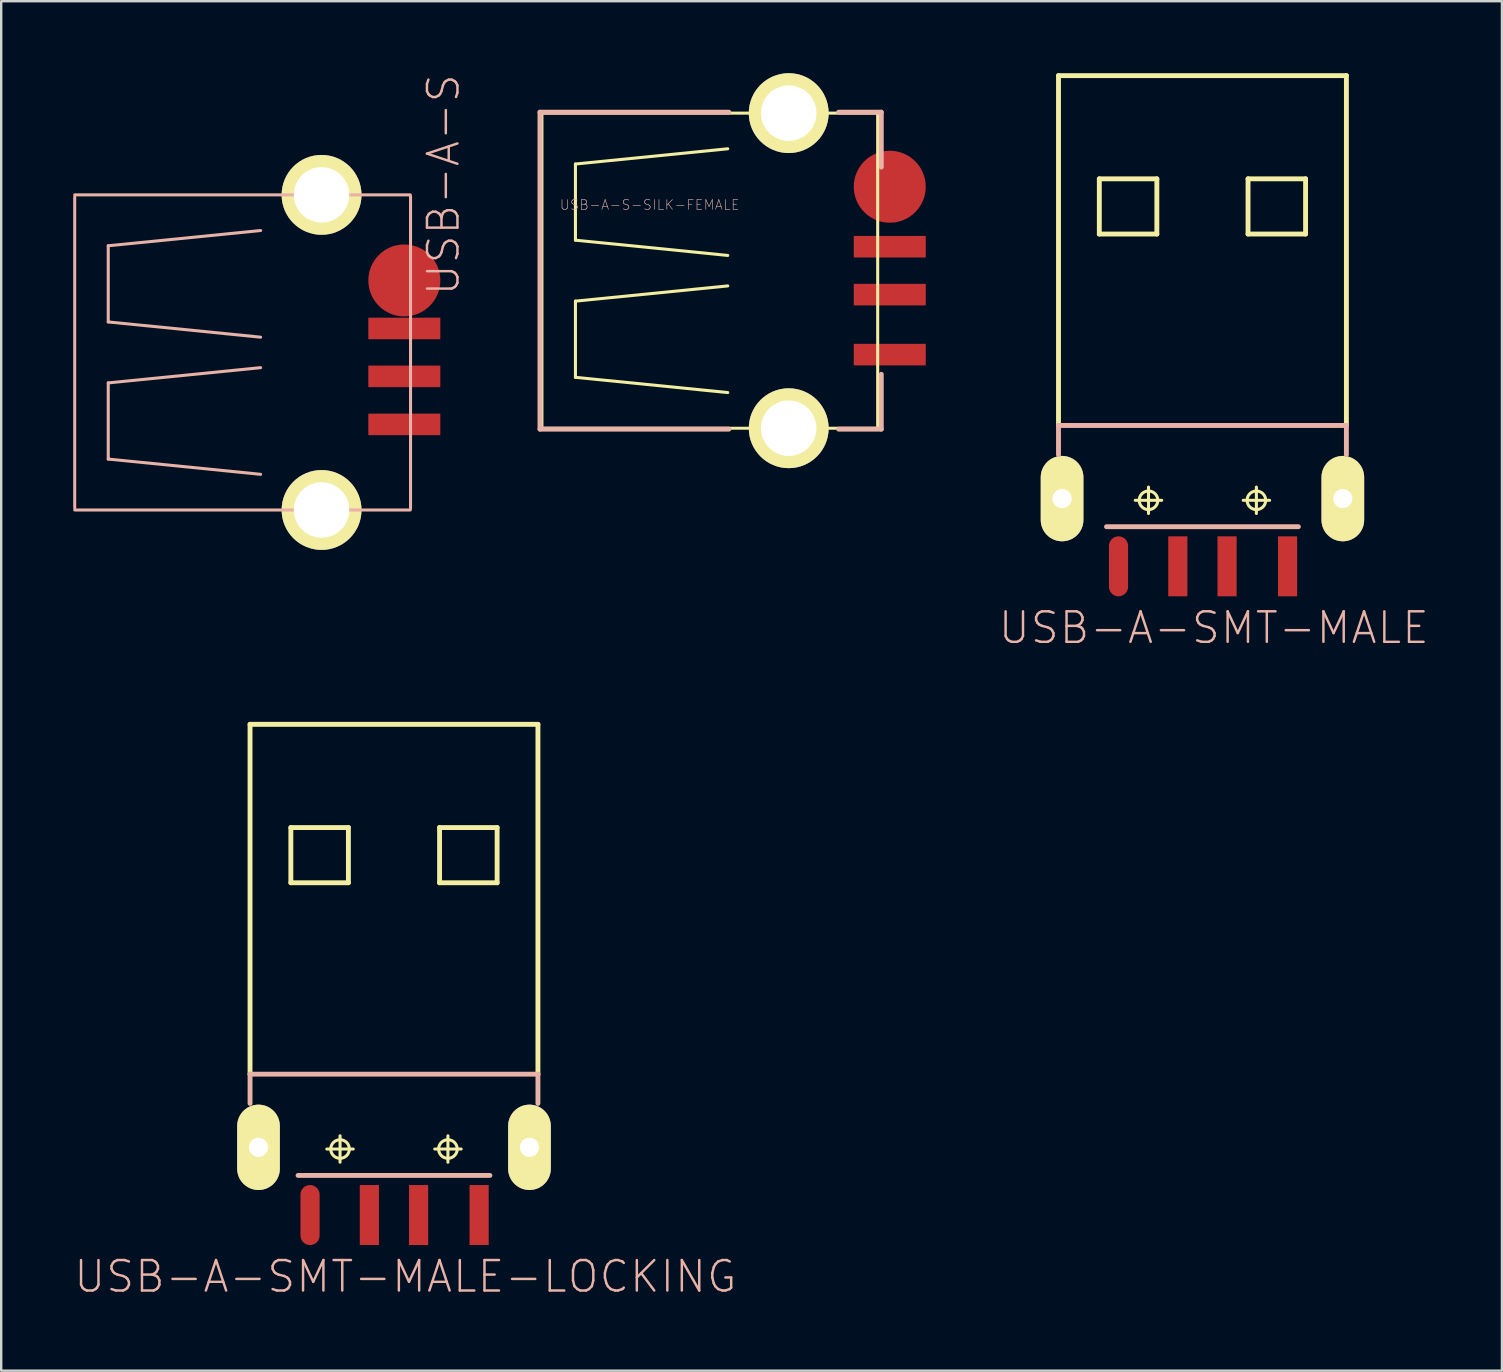
<source format=kicad_pcb>
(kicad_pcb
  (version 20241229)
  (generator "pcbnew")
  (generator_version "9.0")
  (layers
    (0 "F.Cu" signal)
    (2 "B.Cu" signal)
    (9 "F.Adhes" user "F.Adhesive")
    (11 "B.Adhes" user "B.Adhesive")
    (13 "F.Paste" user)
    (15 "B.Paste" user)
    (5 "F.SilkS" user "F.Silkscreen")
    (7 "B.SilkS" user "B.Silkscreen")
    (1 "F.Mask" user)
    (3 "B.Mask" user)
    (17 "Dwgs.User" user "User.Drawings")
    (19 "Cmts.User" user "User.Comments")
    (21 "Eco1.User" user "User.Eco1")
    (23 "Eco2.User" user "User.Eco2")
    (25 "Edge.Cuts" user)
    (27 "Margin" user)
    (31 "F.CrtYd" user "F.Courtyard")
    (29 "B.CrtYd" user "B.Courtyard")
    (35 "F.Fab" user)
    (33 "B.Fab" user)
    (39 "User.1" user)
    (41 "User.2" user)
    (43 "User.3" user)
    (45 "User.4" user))
  (footprint "USB-A-S"
    (layer "F.Cu")
    (at 10.351 11.637)
    (property "Reference" "USB-A-S" (at 5.08 -6.985 90) (layer "B.SilkS") (effects (font (size 1.27 1.27) (thickness 0.102))))
    (attr smd)
    (fp_line (start -10.287 -6.477) (end -10.287 6.477) (stroke (width 0.127) (type solid)) (layer "B.SilkS"))
    (fp_line (start -8.89 -4.445) (end -8.89 -1.27) (stroke (width 0.127) (type solid)) (layer "B.SilkS"))
    (fp_line (start -8.89 -1.27) (end -2.54 -0.635) (stroke (width 0.127) (type solid)) (layer "B.SilkS"))
    (fp_line (start -8.89 1.27) (end -2.54 0.635) (stroke (width 0.127) (type solid)) (layer "B.SilkS"))
    (fp_line (start -8.89 4.445) (end -8.89 1.27) (stroke (width 0.127) (type solid)) (layer "B.SilkS"))
    (fp_line (start -2.54 -5.08) (end -8.89 -4.445) (stroke (width 0.127) (type solid)) (layer "B.SilkS"))
    (fp_line (start -2.54 5.08) (end -8.89 4.445) (stroke (width 0.127) (type solid)) (layer "B.SilkS"))
    (fp_line (start 3.696 -6.566) (end -10.287 -6.566) (stroke (width 0.127) (type solid)) (layer "B.SilkS"))
    (fp_line (start 3.696 6.566) (end -10.287 6.566) (stroke (width 0.127) (type solid)) (layer "B.SilkS"))
    (fp_line (start 3.708 -6.502) (end 3.708 6.502) (stroke (width 0.127) (type solid)) (layer "B.SilkS"))
    (pad "D+" smd rect (at 3.449 0.998) (size 3 0.899) (layers "F.Cu" "F.Mask" "F.Paste"))
    (pad "D-" smd rect (at 3.449 -0.998) (size 3 0.899) (layers "F.Cu" "F.Mask" "F.Paste"))
    (pad "GND" smd rect (at 3.449 3) (size 3 0.899) (layers "F.Cu" "F.Mask" "F.Paste"))
    (pad "P$5" thru_hole circle (at 0 6.566) (size 3.327 3.327) (drill 2.311) (layers "*.Cu" "F.Mask" "F.SilkS" "F.Paste"))
    (pad "P$6" thru_hole circle (at 0 -6.566) (size 3.327 3.327) (drill 2.311) (layers "*.Cu" "F.Mask" "F.SilkS" "F.Paste"))
    (pad "VBUS" smd circle (at 3.449 -3) (size 3 3) (layers "F.Cu" "F.Mask" "F.Paste")))
  (footprint "USB-A-S-SILK-FEMALE"
    (layer "F.Cu")
    (at 26.819 8.23)
    (property "Reference" "USB-A-S-SILK-FEMALE" (at -2.794 -2.743 0) (layer "B.SilkS") (effects (font (size 0.406 0.406) (thickness 0.025))))
    (attr smd)
    (fp_line (start -7.285 -6.477) (end -7.285 6.477) (stroke (width 0.127) (type solid)) (layer "F.SilkS"))
    (fp_line (start -5.888 -4.445) (end -5.888 -1.27) (stroke (width 0.127) (type solid)) (layer "F.SilkS"))
    (fp_line (start -5.888 -1.27) (end 0.46 -0.635) (stroke (width 0.127) (type solid)) (layer "F.SilkS"))
    (fp_line (start -5.888 1.27) (end 0.46 0.635) (stroke (width 0.127) (type solid)) (layer "F.SilkS"))
    (fp_line (start -5.888 4.445) (end -5.888 1.27) (stroke (width 0.127) (type solid)) (layer "F.SilkS"))
    (fp_line (start 0.46 -5.08) (end -5.888 -4.445) (stroke (width 0.127) (type solid)) (layer "F.SilkS"))
    (fp_line (start 0.46 5.08) (end -5.888 4.445) (stroke (width 0.127) (type solid)) (layer "F.SilkS"))
    (fp_line (start 6.695 -6.566) (end -7.285 -6.566) (stroke (width 0.127) (type solid)) (layer "F.SilkS"))
    (fp_line (start 6.695 6.566) (end -7.285 6.566) (stroke (width 0.127) (type solid)) (layer "F.SilkS"))
    (fp_line (start 6.708 -6.502) (end 6.708 6.502) (stroke (width 0.127) (type solid)) (layer "F.SilkS"))
    (fp_line (start -7.366 -6.604) (end -7.366 6.604) (stroke (width 0.203) (type solid)) (layer "B.SilkS"))
    (fp_line (start -7.366 -6.604) (end 0.508 -6.604) (stroke (width 0.203) (type solid)) (layer "B.SilkS"))
    (fp_line (start -7.366 6.604) (end 0.508 6.604) (stroke (width 0.203) (type solid)) (layer "B.SilkS"))
    (fp_line (start 5.08 6.604) (end 6.858 6.604) (stroke (width 0.203) (type solid)) (layer "B.SilkS"))
    (fp_line (start 6.858 -6.604) (end 5.08 -6.604) (stroke (width 0.203) (type solid)) (layer "B.SilkS"))
    (fp_line (start 6.858 -4.318) (end 6.858 -6.604) (stroke (width 0.203) (type solid)) (layer "B.SilkS"))
    (fp_line (start 6.858 6.604) (end 6.858 4.318) (stroke (width 0.203) (type solid)) (layer "B.SilkS"))
    (pad "D+" smd rect (at 7.211 0.998) (size 3 0.899) (layers "F.Cu" "F.Mask" "F.Paste"))
    (pad "D-" smd rect (at 7.211 -0.998) (size 3 0.899) (layers "F.Cu" "F.Mask" "F.Paste"))
    (pad "GND" smd rect (at 7.211 3.498) (size 3 0.899) (layers "F.Cu" "F.Mask" "F.Paste"))
    (pad "P$5" thru_hole circle (at 3 6.566) (size 3.327 3.327) (drill 2.311) (layers "*.Cu" "F.Mask" "F.SilkS" "F.Paste"))
    (pad "P$6" thru_hole circle (at 3 -6.566) (size 3.327 3.327) (drill 2.311) (layers "*.Cu" "F.Mask" "F.SilkS" "F.Paste"))
    (pad "VBUS" smd circle (at 7.211 -3.498) (size 3 3) (layers "F.Cu" "F.Mask" "F.Paste")))
  (footprint "USB-A-SMT-MALE-LOCKING"
    (layer "F.Cu")
    (at 13.369 41.716)
    (property "Reference" "USB-A-SMT-MALE-LOCKING" (at 0.475 8.433 0) (layer "B.SilkS") (effects (font (size 1.27 1.27) (thickness 0.102))))
    (attr smd)
    (fp_line (start -6.185 4.064) (end -6.185 2.032) (stroke (width 0.1) (type solid)) (layer "F.SilkS"))
    (fp_line (start -6.045 2.248) (end -5.245 2.248) (stroke (width 0.127) (type solid)) (layer "F.SilkS"))
    (fp_line (start -6.045 2.649) (end -5.245 2.649) (stroke (width 0.127) (type solid)) (layer "F.SilkS"))
    (fp_line (start -6.045 3.449) (end -5.245 3.449) (stroke (width 0.127) (type solid)) (layer "F.SilkS"))
    (fp_line (start -6.045 3.848) (end -5.245 3.848) (stroke (width 0.127) (type solid)) (layer "F.SilkS"))
    (fp_line (start -5.999 0) (end -5.999 -14.58) (stroke (width 0.203) (type solid)) (layer "F.SilkS"))
    (fp_line (start -5.994 2.032) (end -5.664 2.032) (stroke (width 0.066) (type solid)) (layer "F.SilkS"))
    (fp_line (start -5.994 4.064) (end -5.994 2.032) (stroke (width 0.066) (type solid)) (layer "F.SilkS"))
    (fp_line (start -5.994 4.064) (end -5.994 2.083) (stroke (width 0.1) (type solid)) (layer "F.SilkS"))
    (fp_line (start -5.994 4.064) (end -5.664 4.064) (stroke (width 0.066) (type solid)) (layer "F.SilkS"))
    (fp_line (start -5.664 4.064) (end -5.664 2.032) (stroke (width 0.066) (type solid)) (layer "F.SilkS"))
    (fp_line (start -5.664 4.064) (end -5.664 2.083) (stroke (width 0.1) (type solid)) (layer "F.SilkS"))
    (fp_line (start -5.646 2.649) (end -5.646 1.849) (stroke (width 0.127) (type solid)) (layer "F.SilkS"))
    (fp_line (start -5.646 3.048) (end -5.646 2.248) (stroke (width 0.127) (type solid)) (layer "F.SilkS"))
    (fp_line (start -5.646 3.848) (end -5.646 3.048) (stroke (width 0.127) (type solid)) (layer "F.SilkS"))
    (fp_line (start -5.646 4.249) (end -5.646 3.449) (stroke (width 0.127) (type solid)) (layer "F.SilkS"))
    (fp_line (start -4.298 -10.279) (end -4.298 -7.978) (stroke (width 0.203) (type solid)) (layer "F.SilkS"))
    (fp_line (start -4.298 -7.978) (end -1.9 -7.978) (stroke (width 0.203) (type solid)) (layer "F.SilkS"))
    (fp_line (start -2.799 3.119) (end -1.699 3.119) (stroke (width 0.127) (type solid)) (layer "F.SilkS"))
    (fp_line (start -2.248 3.668) (end -2.248 2.568) (stroke (width 0.127) (type solid)) (layer "F.SilkS"))
    (fp_line (start -1.9 -10.279) (end -4.298 -10.279) (stroke (width 0.203) (type solid)) (layer "F.SilkS"))
    (fp_line (start -1.9 -7.978) (end -1.9 -10.279) (stroke (width 0.203) (type solid)) (layer "F.SilkS"))
    (fp_line (start 1.699 3.119) (end 2.799 3.119) (stroke (width 0.127) (type solid)) (layer "F.SilkS"))
    (fp_line (start 1.9 -10.279) (end 1.9 -7.978) (stroke (width 0.203) (type solid)) (layer "F.SilkS"))
    (fp_line (start 1.9 -7.978) (end 4.298 -7.978) (stroke (width 0.203) (type solid)) (layer "F.SilkS"))
    (fp_line (start 2.248 3.668) (end 2.248 2.568) (stroke (width 0.127) (type solid)) (layer "F.SilkS"))
    (fp_line (start 4.298 -10.279) (end 1.9 -10.279) (stroke (width 0.203) (type solid)) (layer "F.SilkS"))
    (fp_line (start 4.298 -7.978) (end 4.298 -10.279) (stroke (width 0.203) (type solid)) (layer "F.SilkS"))
    (fp_line (start 5.245 2.248) (end 6.045 2.248) (stroke (width 0.127) (type solid)) (layer "F.SilkS"))
    (fp_line (start 5.245 2.649) (end 6.045 2.649) (stroke (width 0.127) (type solid)) (layer "F.SilkS"))
    (fp_line (start 5.245 3.449) (end 6.045 3.449) (stroke (width 0.127) (type solid)) (layer "F.SilkS"))
    (fp_line (start 5.245 3.848) (end 6.045 3.848) (stroke (width 0.127) (type solid)) (layer "F.SilkS"))
    (fp_line (start 5.646 2.649) (end 5.646 1.849) (stroke (width 0.127) (type solid)) (layer "F.SilkS"))
    (fp_line (start 5.646 3.048) (end 5.646 2.248) (stroke (width 0.127) (type solid)) (layer "F.SilkS"))
    (fp_line (start 5.646 3.848) (end 5.646 3.048) (stroke (width 0.127) (type solid)) (layer "F.SilkS"))
    (fp_line (start 5.646 4.249) (end 5.646 3.449) (stroke (width 0.127) (type solid)) (layer "F.SilkS"))
    (fp_line (start 5.664 2.032) (end 5.994 2.032) (stroke (width 0.066) (type solid)) (layer "F.SilkS"))
    (fp_line (start 5.664 4.064) (end 5.664 2.032) (stroke (width 0.066) (type solid)) (layer "F.SilkS"))
    (fp_line (start 5.664 4.064) (end 5.994 4.064) (stroke (width 0.066) (type solid)) (layer "F.SilkS"))
    (fp_line (start 5.994 4.064) (end 5.994 2.032) (stroke (width 0.066) (type solid)) (layer "F.SilkS"))
    (fp_line (start 5.999 -14.58) (end -5.999 -14.58) (stroke (width 0.203) (type solid)) (layer "F.SilkS"))
    (fp_line (start 5.999 0) (end 5.999 -14.58) (stroke (width 0.203) (type solid)) (layer "F.SilkS"))
    (fp_line (start 6.185 2.032) (end 6.185 4.064) (stroke (width 0.1) (type solid)) (layer "F.SilkS"))
    (fp_circle (center -5.646 2.248) (end -5.845 2.446) (stroke (width 0.127) (type solid)) (fill no) (layer "F.SilkS"))
    (fp_circle (center -5.646 2.649) (end -5.845 2.847) (stroke (width 0.127) (type solid)) (fill no) (layer "F.SilkS"))
    (fp_circle (center -5.646 3.449) (end -5.845 3.647) (stroke (width 0.127) (type solid)) (fill no) (layer "F.SilkS"))
    (fp_circle (center -5.646 3.848) (end -5.845 4.046) (stroke (width 0.127) (type solid)) (fill no) (layer "F.SilkS"))
    (fp_circle (center -2.248 3.119) (end -2.522 3.393) (stroke (width 0.127) (type solid)) (fill no) (layer "F.SilkS"))
    (fp_circle (center 2.248 3.119) (end 2.522 3.393) (stroke (width 0.127) (type solid)) (fill no) (layer "F.SilkS"))
    (fp_circle (center 5.646 2.248) (end 5.845 2.446) (stroke (width 0.127) (type solid)) (fill no) (layer "F.SilkS"))
    (fp_circle (center 5.646 2.649) (end 5.845 2.847) (stroke (width 0.127) (type solid)) (fill no) (layer "F.SilkS"))
    (fp_circle (center 5.646 3.449) (end 5.845 3.647) (stroke (width 0.127) (type solid)) (fill no) (layer "F.SilkS"))
    (fp_circle (center 5.646 3.848) (end 5.845 4.046) (stroke (width 0.127) (type solid)) (fill no) (layer "F.SilkS"))
    (fp_line (start -5.999 0) (end -5.999 1.219) (stroke (width 0.203) (type solid)) (layer "B.SilkS"))
    (fp_line (start -3.998 4.219) (end 3.998 4.219) (stroke (width 0.203) (type solid)) (layer "B.SilkS"))
    (fp_line (start 5.999 0) (end -5.999 0) (stroke (width 0.203) (type solid)) (layer "B.SilkS"))
    (fp_line (start 5.999 0) (end 5.999 1.219) (stroke (width 0.203) (type solid)) (layer "B.SilkS"))
    (pad "D+1" smd rect (at 1.026 5.87 270) (size 2.499 0.798) (layers "F.Cu" "F.Mask" "F.Paste"))
    (pad "D-1" smd rect (at -1.026 5.87 270) (size 2.499 0.798) (layers "F.Cu" "F.Mask" "F.Paste"))
    (pad "GND1" smd rect (at 3.548 5.87 270) (size 2.499 0.798) (layers "F.Cu" "F.Mask" "F.Paste"))
    (pad "P$1" thru_hole oval (at 5.646 3.048 180) (size 1.778 3.556) (drill 0.798) (layers "*.Cu" "F.Mask" "F.SilkS" "F.Paste"))
    (pad "P$3" thru_hole oval (at -5.646 3.048 180) (size 1.778 3.556) (drill 0.798) (layers "*.Cu" "F.Mask" "F.SilkS" "F.Paste"))
    (pad "VBUS" smd oval (at -3.498 5.87 270) (size 2.499 0.798) (layers "F.Cu" "F.Mask" "F.Paste")))
  (footprint "USB-A-SMT-MALE"
    (layer "F.Cu")
    (at 47.061 14.681)
    (property "Reference" "USB-A-SMT-MALE" (at 0.475 8.433 0) (layer "B.SilkS") (effects (font (size 1.27 1.27) (thickness 0.102))))
    (attr smd)
    (fp_line (start -6.248 2.248) (end -5.448 2.248) (stroke (width 0.127) (type solid)) (layer "F.SilkS"))
    (fp_line (start -6.248 2.649) (end -5.448 2.649) (stroke (width 0.127) (type solid)) (layer "F.SilkS"))
    (fp_line (start -6.248 3.449) (end -5.448 3.449) (stroke (width 0.127) (type solid)) (layer "F.SilkS"))
    (fp_line (start -6.248 3.848) (end -5.448 3.848) (stroke (width 0.127) (type solid)) (layer "F.SilkS"))
    (fp_line (start -5.999 0) (end -5.999 -14.58) (stroke (width 0.203) (type solid)) (layer "F.SilkS"))
    (fp_line (start -5.85 2.649) (end -5.85 1.849) (stroke (width 0.127) (type solid)) (layer "F.SilkS"))
    (fp_line (start -5.85 3.048) (end -5.85 2.248) (stroke (width 0.127) (type solid)) (layer "F.SilkS"))
    (fp_line (start -5.85 3.848) (end -5.85 3.048) (stroke (width 0.127) (type solid)) (layer "F.SilkS"))
    (fp_line (start -5.85 4.249) (end -5.85 3.449) (stroke (width 0.127) (type solid)) (layer "F.SilkS"))
    (fp_line (start -4.298 -10.279) (end -4.298 -7.978) (stroke (width 0.203) (type solid)) (layer "F.SilkS"))
    (fp_line (start -4.298 -7.978) (end -1.9 -7.978) (stroke (width 0.203) (type solid)) (layer "F.SilkS"))
    (fp_line (start -2.799 3.119) (end -1.699 3.119) (stroke (width 0.127) (type solid)) (layer "F.SilkS"))
    (fp_line (start -2.248 3.668) (end -2.248 2.568) (stroke (width 0.127) (type solid)) (layer "F.SilkS"))
    (fp_line (start -1.9 -10.279) (end -4.298 -10.279) (stroke (width 0.203) (type solid)) (layer "F.SilkS"))
    (fp_line (start -1.9 -7.978) (end -1.9 -10.279) (stroke (width 0.203) (type solid)) (layer "F.SilkS"))
    (fp_line (start 1.699 3.119) (end 2.799 3.119) (stroke (width 0.127) (type solid)) (layer "F.SilkS"))
    (fp_line (start 1.9 -10.279) (end 1.9 -7.978) (stroke (width 0.203) (type solid)) (layer "F.SilkS"))
    (fp_line (start 1.9 -7.978) (end 4.298 -7.978) (stroke (width 0.203) (type solid)) (layer "F.SilkS"))
    (fp_line (start 2.248 3.668) (end 2.248 2.568) (stroke (width 0.127) (type solid)) (layer "F.SilkS"))
    (fp_line (start 4.298 -10.279) (end 1.9 -10.279) (stroke (width 0.203) (type solid)) (layer "F.SilkS"))
    (fp_line (start 4.298 -7.978) (end 4.298 -10.279) (stroke (width 0.203) (type solid)) (layer "F.SilkS"))
    (fp_line (start 5.448 2.248) (end 6.248 2.248) (stroke (width 0.127) (type solid)) (layer "F.SilkS"))
    (fp_line (start 5.448 2.649) (end 6.248 2.649) (stroke (width 0.127) (type solid)) (layer "F.SilkS"))
    (fp_line (start 5.448 3.449) (end 6.248 3.449) (stroke (width 0.127) (type solid)) (layer "F.SilkS"))
    (fp_line (start 5.448 3.848) (end 6.248 3.848) (stroke (width 0.127) (type solid)) (layer "F.SilkS"))
    (fp_line (start 5.85 2.649) (end 5.85 1.849) (stroke (width 0.127) (type solid)) (layer "F.SilkS"))
    (fp_line (start 5.85 3.048) (end 5.85 2.248) (stroke (width 0.127) (type solid)) (layer "F.SilkS"))
    (fp_line (start 5.85 3.848) (end 5.85 3.048) (stroke (width 0.127) (type solid)) (layer "F.SilkS"))
    (fp_line (start 5.85 4.249) (end 5.85 3.449) (stroke (width 0.127) (type solid)) (layer "F.SilkS"))
    (fp_line (start 5.999 -14.58) (end -5.999 -14.58) (stroke (width 0.203) (type solid)) (layer "F.SilkS"))
    (fp_line (start 5.999 0) (end 5.999 -14.58) (stroke (width 0.203) (type solid)) (layer "F.SilkS"))
    (fp_circle (center -5.85 2.248) (end -6.048 2.446) (stroke (width 0.127) (type solid)) (fill no) (layer "F.SilkS"))
    (fp_circle (center -5.85 2.649) (end -6.048 2.847) (stroke (width 0.127) (type solid)) (fill no) (layer "F.SilkS"))
    (fp_circle (center -5.85 3.449) (end -6.048 3.647) (stroke (width 0.127) (type solid)) (fill no) (layer "F.SilkS"))
    (fp_circle (center -5.85 3.848) (end -6.048 4.046) (stroke (width 0.127) (type solid)) (fill no) (layer "F.SilkS"))
    (fp_circle (center -2.248 3.119) (end -2.522 3.393) (stroke (width 0.127) (type solid)) (fill no) (layer "F.SilkS"))
    (fp_circle (center 2.248 3.119) (end 2.522 3.393) (stroke (width 0.127) (type solid)) (fill no) (layer "F.SilkS"))
    (fp_circle (center 5.85 2.248) (end 6.048 2.446) (stroke (width 0.127) (type solid)) (fill no) (layer "F.SilkS"))
    (fp_circle (center 5.85 2.649) (end 6.048 2.847) (stroke (width 0.127) (type solid)) (fill no) (layer "F.SilkS"))
    (fp_circle (center 5.85 3.449) (end 6.048 3.647) (stroke (width 0.127) (type solid)) (fill no) (layer "F.SilkS"))
    (fp_circle (center 5.85 3.848) (end 6.048 4.046) (stroke (width 0.127) (type solid)) (fill no) (layer "F.SilkS"))
    (fp_line (start -5.999 0) (end -5.999 1.219) (stroke (width 0.203) (type solid)) (layer "B.SilkS"))
    (fp_line (start -3.998 4.219) (end 3.998 4.219) (stroke (width 0.203) (type solid)) (layer "B.SilkS"))
    (fp_line (start 5.999 0) (end -5.999 0) (stroke (width 0.203) (type solid)) (layer "B.SilkS"))
    (fp_line (start 5.999 0) (end 5.999 1.219) (stroke (width 0.203) (type solid)) (layer "B.SilkS"))
    (pad "D+1" smd rect (at 1.026 5.87 270) (size 2.499 0.798) (layers "F.Cu" "F.Mask" "F.Paste"))
    (pad "D-1" smd rect (at -1.026 5.87 270) (size 2.499 0.798) (layers "F.Cu" "F.Mask" "F.Paste"))
    (pad "GND1" smd rect (at 3.548 5.87 270) (size 2.499 0.798) (layers "F.Cu" "F.Mask" "F.Paste"))
    (pad "P$1" thru_hole oval (at 5.85 3.048 180) (size 1.778 3.556) (drill 0.798) (layers "*.Cu" "F.Mask" "F.SilkS" "F.Paste"))
    (pad "P$3" thru_hole oval (at -5.85 3.048 180) (size 1.778 3.556) (drill 0.798) (layers "*.Cu" "F.Mask" "F.SilkS" "F.Paste"))
    (pad "VBUS" smd oval (at -3.498 5.87 270) (size 2.499 0.798) (layers "F.Cu" "F.Mask" "F.Paste")))
  (gr_rect
    (start -3 -3)
    (end 59.543 54.071)
    (stroke (width 0.1) (type default))
    (fill no)
    (layer "Edge.Cuts")))
</source>
